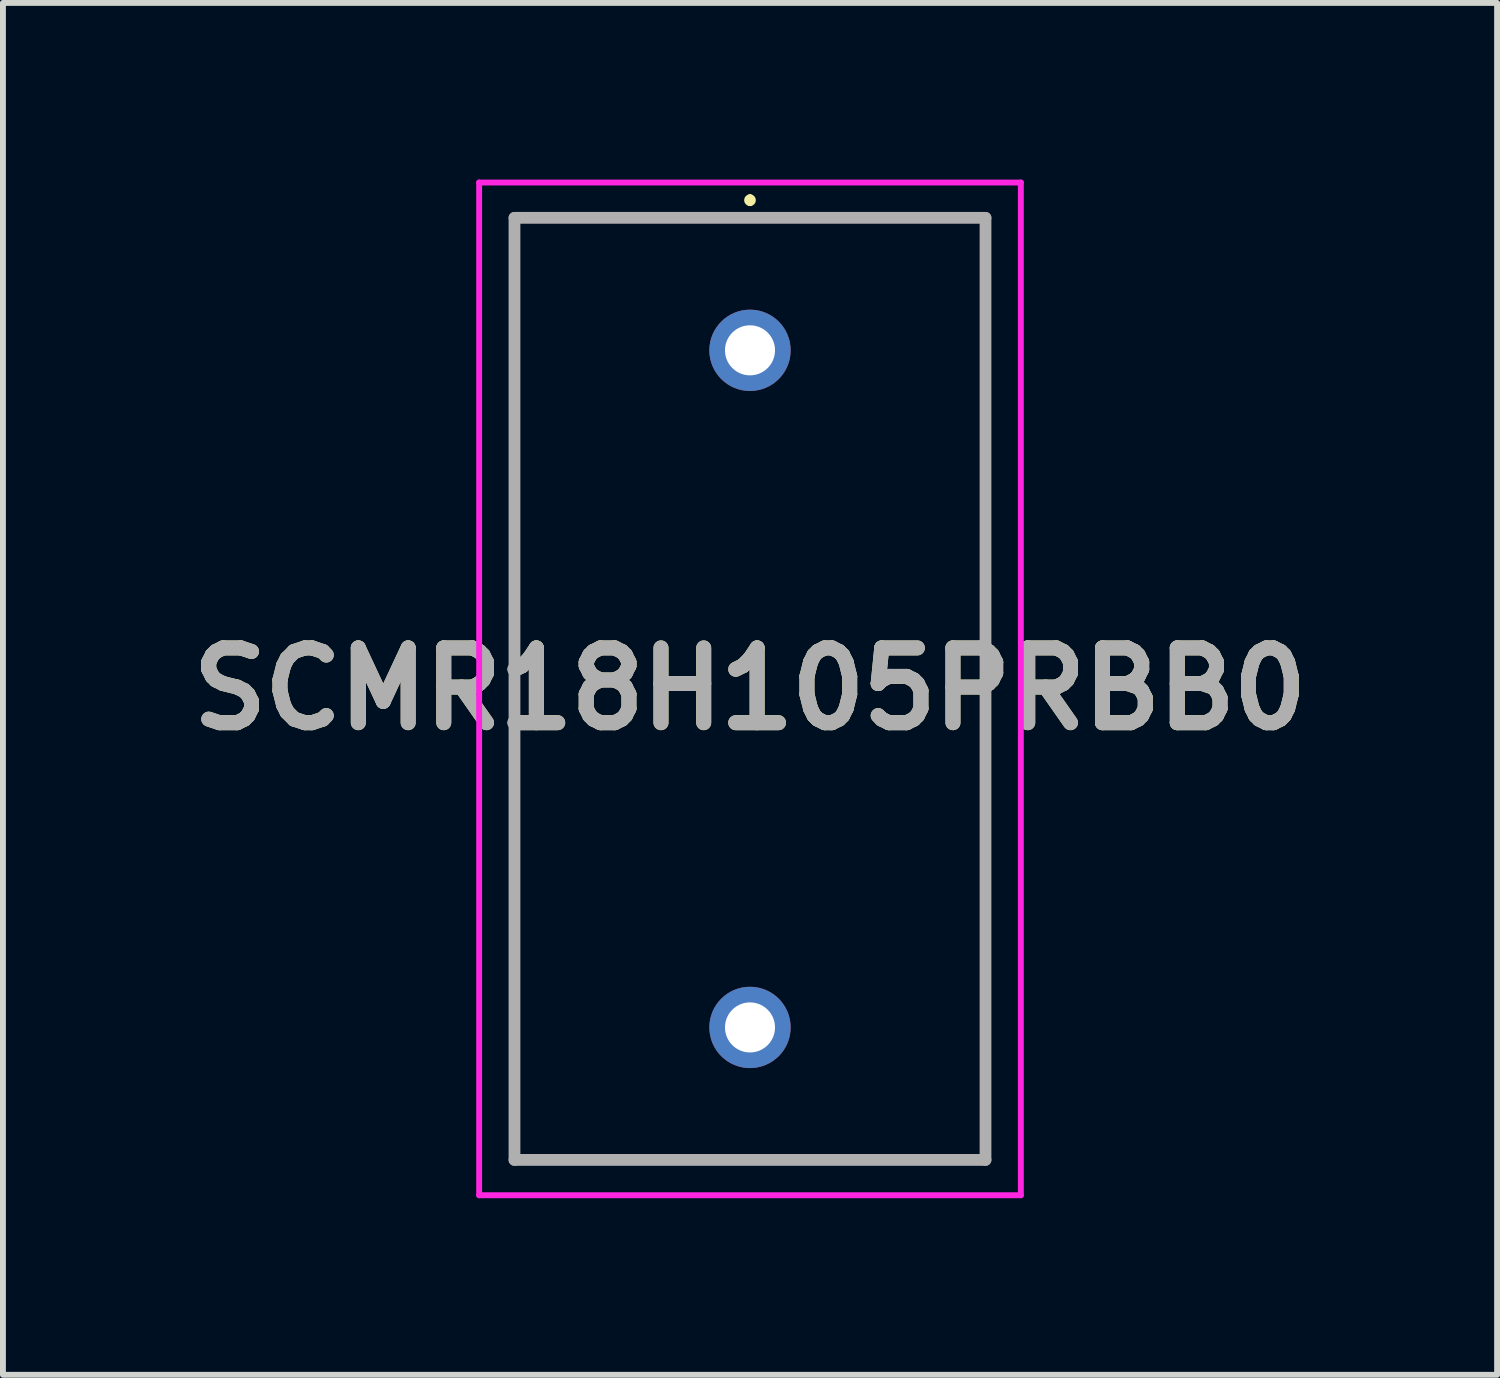
<source format=kicad_pcb>
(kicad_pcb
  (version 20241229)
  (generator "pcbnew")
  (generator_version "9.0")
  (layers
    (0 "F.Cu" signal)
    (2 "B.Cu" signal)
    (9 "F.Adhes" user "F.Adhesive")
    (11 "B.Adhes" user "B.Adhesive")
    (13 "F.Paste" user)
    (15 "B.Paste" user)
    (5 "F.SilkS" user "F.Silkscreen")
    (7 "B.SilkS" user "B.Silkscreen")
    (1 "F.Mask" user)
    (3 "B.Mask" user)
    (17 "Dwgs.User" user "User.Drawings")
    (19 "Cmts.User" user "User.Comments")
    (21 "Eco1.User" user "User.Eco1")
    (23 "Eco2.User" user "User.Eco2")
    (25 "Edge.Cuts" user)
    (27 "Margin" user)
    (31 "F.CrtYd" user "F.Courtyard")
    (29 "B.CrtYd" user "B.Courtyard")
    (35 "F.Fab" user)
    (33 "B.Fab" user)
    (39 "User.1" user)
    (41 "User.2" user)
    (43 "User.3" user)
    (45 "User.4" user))
  (footprint "SCMR18H105PRBB0"
    (layer "F.Cu")
    (at 9.688 2.9)
    (property "Reference" "SCMR18H105PRBB0" (at 0 5.75 0) (layer "F.SilkS") (effects (font (size 1.27 1.27) (thickness 0.254))))
    (attr through_hole)
    (fp_line (start -4 -2.25) (end 4 -2.25) (stroke (width 0.1) (type solid)) (layer "F.SilkS"))
    (fp_line (start -4 13.75) (end -4 -2.25) (stroke (width 0.1) (type solid)) (layer "F.SilkS"))
    (fp_line (start 0 -2.6) (end 0 -2.6) (stroke (width 0.1) (type solid)) (layer "F.SilkS"))
    (fp_line (start 0 -2.5) (end 0 -2.5) (stroke (width 0.1) (type solid)) (layer "F.SilkS"))
    (fp_line (start 4 -2.25) (end 4 13.75) (stroke (width 0.1) (type solid)) (layer "F.SilkS"))
    (fp_line (start 4 13.75) (end -4 13.75) (stroke (width 0.1) (type solid)) (layer "F.SilkS"))
    (fp_arc (start 0 -2.6) (mid 0.05 -2.55) (end 0 -2.5) (stroke (width 0.1) (type solid)) (layer "F.SilkS"))
    (fp_arc (start 0 -2.5) (mid -0.05 -2.55) (end 0 -2.6) (stroke (width 0.1) (type solid)) (layer "F.SilkS"))
    (fp_line (start -4.6 -2.85) (end 4.6 -2.85) (stroke (width 0.1) (type solid)) (layer "F.CrtYd"))
    (fp_line (start -4.6 14.35) (end -4.6 -2.85) (stroke (width 0.1) (type solid)) (layer "F.CrtYd"))
    (fp_line (start 4.6 -2.85) (end 4.6 14.35) (stroke (width 0.1) (type solid)) (layer "F.CrtYd"))
    (fp_line (start 4.6 14.35) (end -4.6 14.35) (stroke (width 0.1) (type solid)) (layer "F.CrtYd"))
    (fp_line (start -4 -2.25) (end 4 -2.25) (stroke (width 0.2) (type solid)) (layer "F.Fab"))
    (fp_line (start -4 13.75) (end -4 -2.25) (stroke (width 0.2) (type solid)) (layer "F.Fab"))
    (fp_line (start 4 -2.25) (end 4 13.75) (stroke (width 0.2) (type solid)) (layer "F.Fab"))
    (fp_line (start 4 13.75) (end -4 13.75) (stroke (width 0.2) (type solid)) (layer "F.Fab"))
    (fp_text user "${REFERENCE}" (at 0 5.75 0) (layer "F.Fab") (effects (font (size 1.27 1.27) (thickness 0.254))))
    (pad "1" thru_hole circle (at 0 0) (size 1.381 1.381) (drill 0.85) (layers "*.Cu" "*.Mask"))
    (pad "2" thru_hole circle (at 0 11.5) (size 1.381 1.381) (drill 0.85) (layers "*.Cu" "*.Mask")))
  (gr_rect
    (start -3 -3)
    (end 22.377 20.3)
    (stroke (width 0.1) (type default))
    (fill no)
    (layer "Edge.Cuts")))
</source>
